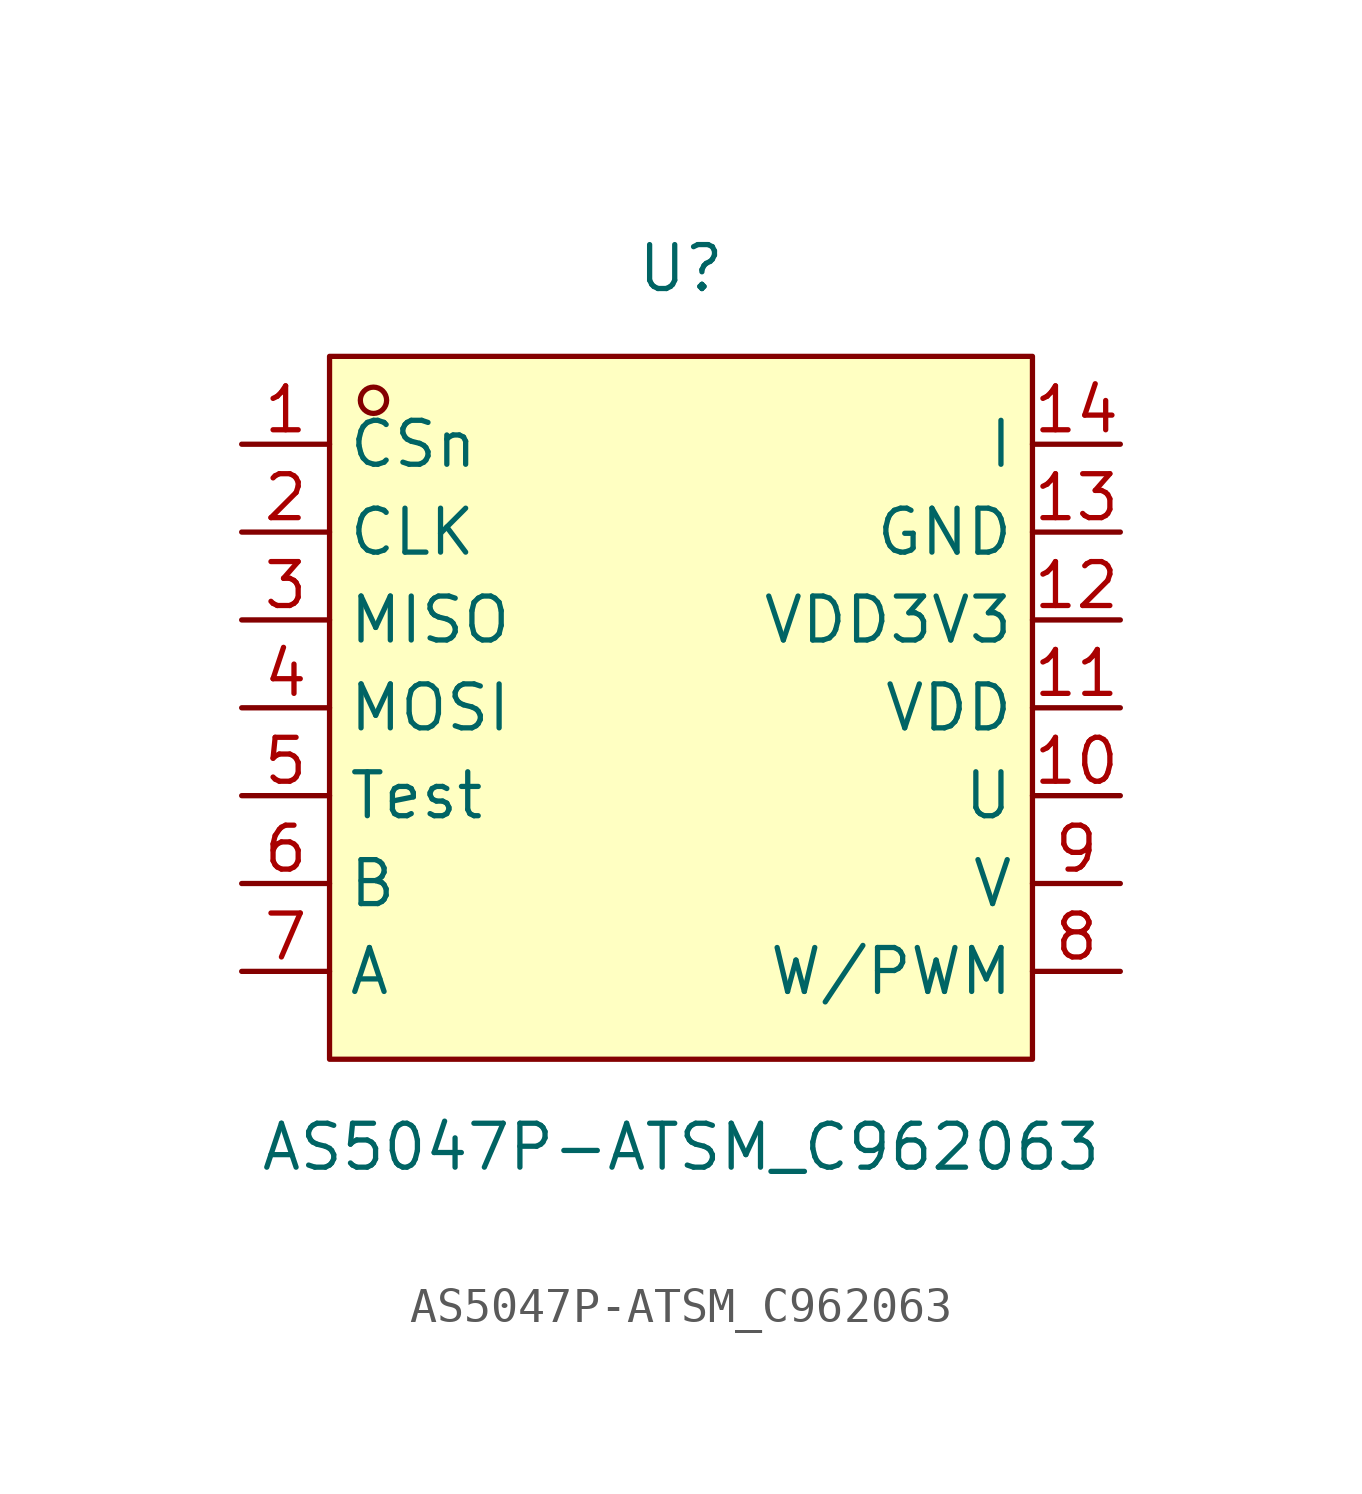
<source format=kicad_sym>
(kicad_symbol_lib
  (version 20241209)
  (generator "kicad_symbol_editor")
  (generator_version "9.0")
  (symbol "AS5047P-ATSM_C962063"
    (property "Reference" "U"
      (at 0 12.7 0)
      (effects (font (size 1.27 1.27))))
    (property "Value" "AS5047P-ATSM_C962063"
      (at 0 -12.7 0)
      (effects (font (size 1.27 1.27))))
    (symbol "AS5047P-ATSM_C962063_0_1"
      (rectangle (start -10.16 10.16) (end 10.16 -10.16) (stroke (width 0) (type default)) (fill (type background)))
      (circle (center -8.89 8.89) (radius 0.38) (stroke (width 0) (type default)) (fill (type none)))
      (pin unspecified line (at -12.7 7.62 0) (length 2.54) (name "CSn" (effects (font (size 1.27 1.27)))) (number "1" (effects (font (size 1.27 1.27)))))
      (pin unspecified line (at -12.7 5.08 0) (length 2.54) (name "CLK" (effects (font (size 1.27 1.27)))) (number "2" (effects (font (size 1.27 1.27)))))
      (pin unspecified line (at -12.7 2.54 0) (length 2.54) (name "MISO" (effects (font (size 1.27 1.27)))) (number "3" (effects (font (size 1.27 1.27)))))
      (pin unspecified line (at -12.7 0 0) (length 2.54) (name "MOSI" (effects (font (size 1.27 1.27)))) (number "4" (effects (font (size 1.27 1.27)))))
      (pin unspecified line (at -12.7 -2.54 0) (length 2.54) (name "Test" (effects (font (size 1.27 1.27)))) (number "5" (effects (font (size 1.27 1.27)))))
      (pin unspecified line (at -12.7 -5.08 0) (length 2.54) (name "B" (effects (font (size 1.27 1.27)))) (number "6" (effects (font (size 1.27 1.27)))))
      (pin unspecified line (at -12.7 -7.62 0) (length 2.54) (name "A" (effects (font (size 1.27 1.27)))) (number "7" (effects (font (size 1.27 1.27)))))
      (pin unspecified line (at 12.7 7.62 180) (length 2.54) (name "I" (effects (font (size 1.27 1.27)))) (number "14" (effects (font (size 1.27 1.27)))))
      (pin unspecified line (at 12.7 5.08 180) (length 2.54) (name "GND" (effects (font (size 1.27 1.27)))) (number "13" (effects (font (size 1.27 1.27)))))
      (pin unspecified line (at 12.7 2.54 180) (length 2.54) (name "VDD3V3" (effects (font (size 1.27 1.27)))) (number "12" (effects (font (size 1.27 1.27)))))
      (pin unspecified line (at 12.7 0 180) (length 2.54) (name "VDD" (effects (font (size 1.27 1.27)))) (number "11" (effects (font (size 1.27 1.27)))))
      (pin unspecified line (at 12.7 -2.54 180) (length 2.54) (name "U" (effects (font (size 1.27 1.27)))) (number "10" (effects (font (size 1.27 1.27)))))
      (pin unspecified line (at 12.7 -5.08 180) (length 2.54) (name "V" (effects (font (size 1.27 1.27)))) (number "9" (effects (font (size 1.27 1.27)))))
      (pin unspecified line (at 12.7 -7.62 180) (length 2.54) (name "W/PWM" (effects (font (size 1.27 1.27)))) (number "8" (effects (font (size 1.27 1.27))))))))
</source>
